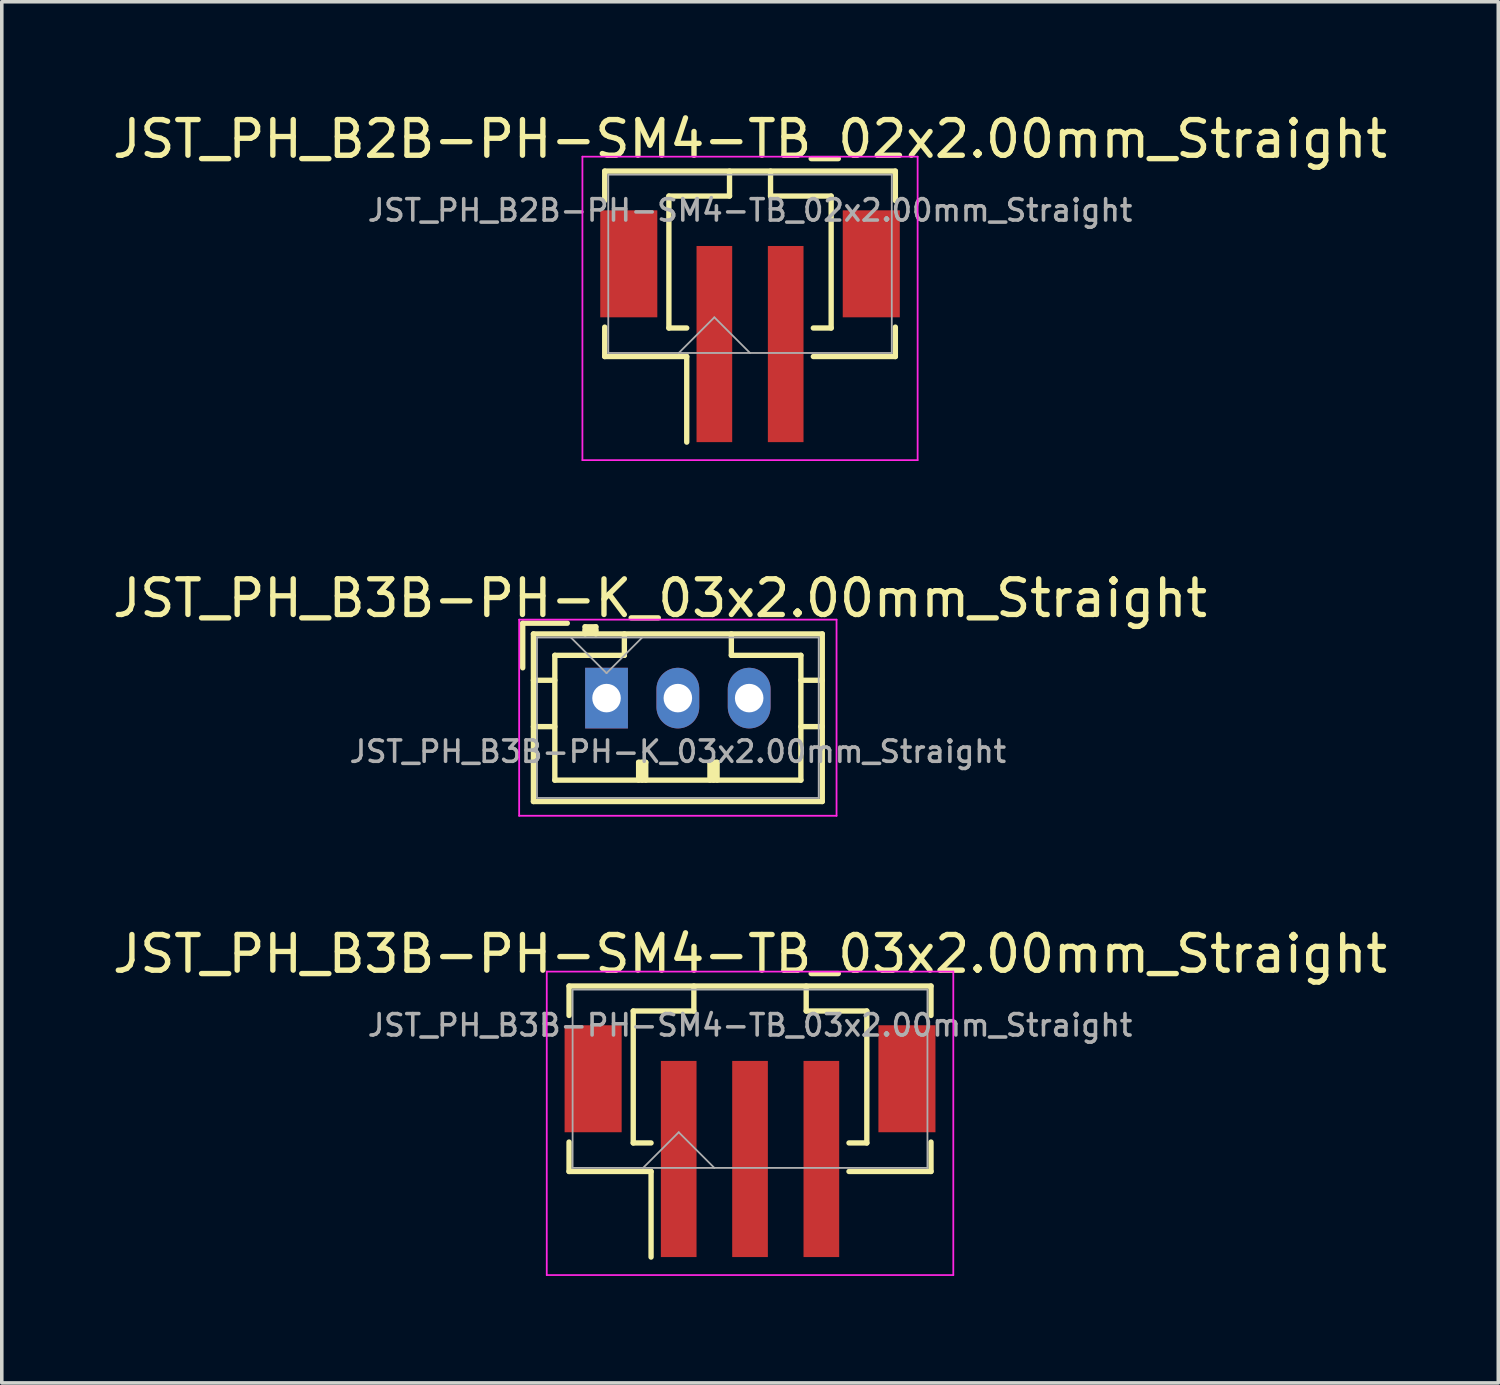
<source format=kicad_pcb>
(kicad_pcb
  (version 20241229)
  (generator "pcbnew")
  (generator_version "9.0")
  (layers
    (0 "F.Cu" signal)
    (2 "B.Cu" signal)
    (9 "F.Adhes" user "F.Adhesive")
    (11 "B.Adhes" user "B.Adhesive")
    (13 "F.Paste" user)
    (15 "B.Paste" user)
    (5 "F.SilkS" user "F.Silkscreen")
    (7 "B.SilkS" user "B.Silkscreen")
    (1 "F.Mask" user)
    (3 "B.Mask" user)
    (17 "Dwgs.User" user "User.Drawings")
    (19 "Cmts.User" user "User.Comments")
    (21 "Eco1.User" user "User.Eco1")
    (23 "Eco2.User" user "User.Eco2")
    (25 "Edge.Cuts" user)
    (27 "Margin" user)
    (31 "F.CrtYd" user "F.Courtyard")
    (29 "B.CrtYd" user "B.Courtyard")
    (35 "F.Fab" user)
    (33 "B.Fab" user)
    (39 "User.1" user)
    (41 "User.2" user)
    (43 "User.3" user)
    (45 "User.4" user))
  (footprint "JST_PH_B2B-PH-SM4-TB_02x2.00mm_Straight"
    (layer "F.Cu")
    (at 17.982 5.473)
    (property "Reference" "JST_PH_B2B-PH-SM4-TB_02x2.00mm_Straight" (at 0 -2.625 0) (layer "F.Fab") (effects (font (size 0.6 0.6) (thickness 0.1))))
    (attr smd)
    (fp_line (start -4.075 -3.725) (end 4.075 -3.725) (stroke (width 0.15) (type solid)) (layer "F.SilkS"))
    (fp_line (start -4.075 -2.9) (end -4.075 -3.725) (stroke (width 0.15) (type solid)) (layer "F.SilkS"))
    (fp_line (start -4.075 0.65) (end -4.075 1.475) (stroke (width 0.15) (type solid)) (layer "F.SilkS"))
    (fp_line (start -4.075 1.475) (end -1.775 1.475) (stroke (width 0.15) (type solid)) (layer "F.SilkS"))
    (fp_line (start -2.275 -3.025) (end -2.275 0.675) (stroke (width 0.15) (type solid)) (layer "F.SilkS"))
    (fp_line (start -2.275 0.675) (end -1.775 0.675) (stroke (width 0.15) (type solid)) (layer "F.SilkS"))
    (fp_line (start -1.775 1.475) (end -1.775 3.875) (stroke (width 0.15) (type solid)) (layer "F.SilkS"))
    (fp_line (start -0.575 -3.725) (end -0.575 -3.025) (stroke (width 0.15) (type solid)) (layer "F.SilkS"))
    (fp_line (start -0.575 -3.025) (end -2.275 -3.025) (stroke (width 0.15) (type solid)) (layer "F.SilkS"))
    (fp_line (start 0.575 -3.725) (end 0.575 -3.025) (stroke (width 0.15) (type solid)) (layer "F.SilkS"))
    (fp_line (start 0.575 -3.025) (end 2.275 -3.025) (stroke (width 0.15) (type solid)) (layer "F.SilkS"))
    (fp_line (start 2.275 -3.025) (end 2.275 0.675) (stroke (width 0.15) (type solid)) (layer "F.SilkS"))
    (fp_line (start 2.275 0.675) (end 1.775 0.675) (stroke (width 0.15) (type solid)) (layer "F.SilkS"))
    (fp_line (start 4.075 -3.725) (end 4.075 -2.9) (stroke (width 0.15) (type solid)) (layer "F.SilkS"))
    (fp_line (start 4.075 0.65) (end 4.075 1.475) (stroke (width 0.15) (type solid)) (layer "F.SilkS"))
    (fp_line (start 4.075 1.475) (end 1.775 1.475) (stroke (width 0.15) (type solid)) (layer "F.SilkS"))
    (fp_line (start -4.7 -4.13) (end -4.7 4.38) (stroke (width 0.05) (type solid)) (layer "F.CrtYd"))
    (fp_line (start -4.7 4.38) (end 4.7 4.38) (stroke (width 0.05) (type solid)) (layer "F.CrtYd"))
    (fp_line (start 4.7 -4.13) (end -4.7 -4.13) (stroke (width 0.05) (type solid)) (layer "F.CrtYd"))
    (fp_line (start 4.7 4.38) (end 4.7 -4.13) (stroke (width 0.05) (type solid)) (layer "F.CrtYd"))
    (fp_line (start -3.975 -3.625) (end -3.975 1.375) (stroke (width 0.05) (type solid)) (layer "F.Fab"))
    (fp_line (start -3.975 1.375) (end 3.975 1.375) (stroke (width 0.05) (type solid)) (layer "F.Fab"))
    (fp_line (start -2 1.375) (end -1 0.375) (stroke (width 0.05) (type solid)) (layer "F.Fab"))
    (fp_line (start -1 0.375) (end 0 1.375) (stroke (width 0.05) (type solid)) (layer "F.Fab"))
    (fp_line (start 3.975 -3.625) (end -3.975 -3.625) (stroke (width 0.05) (type solid)) (layer "F.Fab"))
    (fp_line (start 3.975 1.375) (end 3.975 -3.625) (stroke (width 0.05) (type solid)) (layer "F.Fab"))
    (fp_text user "${REFERENCE}" (at 0 -4.625 0) (layer "F.SilkS") (effects (font (size 1 1) (thickness 0.15))))
    (pad "" smd rect (at -3.4 -1.125) (size 1.6 3) (layers "F.Cu" "F.Mask" "F.Paste"))
    (pad "" smd rect (at 3.4 -1.125) (size 1.6 3) (layers "F.Cu" "F.Mask" "F.Paste"))
    (pad "1" smd rect (at -1 1.125) (size 1 5.5) (layers "F.Cu" "F.Mask" "F.Paste"))
    (pad "2" smd rect (at 1 1.125) (size 1 5.5) (layers "F.Cu" "F.Mask" "F.Paste")))
  (footprint "JST_PH_B3B-PH-K_03x2.00mm_Straight"
    (layer "F.Cu")
    (at 13.958 16.526)
    (property "Reference" "JST_PH_B3B-PH-K_03x2.00mm_Straight" (at 2 1.5 0) (layer "F.Fab") (effects (font (size 0.6 0.6) (thickness 0.1))))
    (attr through_hole)
    (fp_line (start -2.35 -2.1) (end -2.35 -0.85) (stroke (width 0.15) (type solid)) (layer "F.SilkS"))
    (fp_line (start -2.05 -1.8) (end -2.05 2.9) (stroke (width 0.15) (type solid)) (layer "F.SilkS"))
    (fp_line (start -2.05 -0.5) (end -1.45 -0.5) (stroke (width 0.15) (type solid)) (layer "F.SilkS"))
    (fp_line (start -2.05 0.8) (end -1.45 0.8) (stroke (width 0.15) (type solid)) (layer "F.SilkS"))
    (fp_line (start -2.05 2.9) (end 6.05 2.9) (stroke (width 0.15) (type solid)) (layer "F.SilkS"))
    (fp_line (start -1.45 -1.2) (end -1.45 2.3) (stroke (width 0.15) (type solid)) (layer "F.SilkS"))
    (fp_line (start -1.45 2.3) (end 5.45 2.3) (stroke (width 0.15) (type solid)) (layer "F.SilkS"))
    (fp_line (start -1.1 -2.1) (end -2.35 -2.1) (stroke (width 0.15) (type solid)) (layer "F.SilkS"))
    (fp_line (start -0.6 -2) (end -0.6 -1.8) (stroke (width 0.15) (type solid)) (layer "F.SilkS"))
    (fp_line (start -0.3 -2) (end -0.6 -2) (stroke (width 0.15) (type solid)) (layer "F.SilkS"))
    (fp_line (start -0.3 -1.9) (end -0.6 -1.9) (stroke (width 0.15) (type solid)) (layer "F.SilkS"))
    (fp_line (start -0.3 -1.8) (end -0.3 -2) (stroke (width 0.15) (type solid)) (layer "F.SilkS"))
    (fp_line (start 0.5 -1.8) (end 0.5 -1.2) (stroke (width 0.15) (type solid)) (layer "F.SilkS"))
    (fp_line (start 0.5 -1.2) (end -1.45 -1.2) (stroke (width 0.15) (type solid)) (layer "F.SilkS"))
    (fp_line (start 0.9 1.8) (end 1.1 1.8) (stroke (width 0.15) (type solid)) (layer "F.SilkS"))
    (fp_line (start 0.9 2.3) (end 0.9 1.8) (stroke (width 0.15) (type solid)) (layer "F.SilkS"))
    (fp_line (start 1 2.3) (end 1 1.8) (stroke (width 0.15) (type solid)) (layer "F.SilkS"))
    (fp_line (start 1.1 1.8) (end 1.1 2.3) (stroke (width 0.15) (type solid)) (layer "F.SilkS"))
    (fp_line (start 2.9 1.8) (end 3.1 1.8) (stroke (width 0.15) (type solid)) (layer "F.SilkS"))
    (fp_line (start 2.9 2.3) (end 2.9 1.8) (stroke (width 0.15) (type solid)) (layer "F.SilkS"))
    (fp_line (start 3 2.3) (end 3 1.8) (stroke (width 0.15) (type solid)) (layer "F.SilkS"))
    (fp_line (start 3.1 1.8) (end 3.1 2.3) (stroke (width 0.15) (type solid)) (layer "F.SilkS"))
    (fp_line (start 3.5 -1.2) (end 3.5 -1.8) (stroke (width 0.15) (type solid)) (layer "F.SilkS"))
    (fp_line (start 5.45 -1.2) (end 3.5 -1.2) (stroke (width 0.15) (type solid)) (layer "F.SilkS"))
    (fp_line (start 5.45 2.3) (end 5.45 -1.2) (stroke (width 0.15) (type solid)) (layer "F.SilkS"))
    (fp_line (start 6.05 -1.8) (end -2.05 -1.8) (stroke (width 0.15) (type solid)) (layer "F.SilkS"))
    (fp_line (start 6.05 -0.5) (end 5.45 -0.5) (stroke (width 0.15) (type solid)) (layer "F.SilkS"))
    (fp_line (start 6.05 0.8) (end 5.45 0.8) (stroke (width 0.15) (type solid)) (layer "F.SilkS"))
    (fp_line (start 6.05 2.9) (end 6.05 -1.8) (stroke (width 0.15) (type solid)) (layer "F.SilkS"))
    (fp_line (start -2.45 -2.2) (end -2.45 3.3) (stroke (width 0.05) (type solid)) (layer "F.CrtYd"))
    (fp_line (start -2.45 3.3) (end 6.45 3.3) (stroke (width 0.05) (type solid)) (layer "F.CrtYd"))
    (fp_line (start 6.45 -2.2) (end -2.45 -2.2) (stroke (width 0.05) (type solid)) (layer "F.CrtYd"))
    (fp_line (start 6.45 3.3) (end 6.45 -2.2) (stroke (width 0.05) (type solid)) (layer "F.CrtYd"))
    (fp_line (start -1.95 -1.7) (end -1.95 2.8) (stroke (width 0.05) (type solid)) (layer "F.Fab"))
    (fp_line (start -1.95 2.8) (end 5.95 2.8) (stroke (width 0.05) (type solid)) (layer "F.Fab"))
    (fp_line (start -1 -1.7) (end 0 -0.7) (stroke (width 0.05) (type solid)) (layer "F.Fab"))
    (fp_line (start 0 -0.7) (end 1 -1.7) (stroke (width 0.05) (type solid)) (layer "F.Fab"))
    (fp_line (start 5.95 -1.7) (end -1.95 -1.7) (stroke (width 0.05) (type solid)) (layer "F.Fab"))
    (fp_line (start 5.95 2.8) (end 5.95 -1.7) (stroke (width 0.05) (type solid)) (layer "F.Fab"))
    (fp_text user "${REFERENCE}" (at 1.5 -2.8 0) (layer "F.SilkS") (effects (font (size 1 1) (thickness 0.15))))
    (pad "1" thru_hole rect (at 0 0) (size 1.2 1.7) (drill 0.8) (layers "*.Cu" "*.Mask"))
    (pad "2" thru_hole oval (at 2 0) (size 1.2 1.7) (drill 0.8) (layers "*.Cu" "*.Mask"))
    (pad "3" thru_hole oval (at 4 0) (size 1.2 1.7) (drill 0.8) (layers "*.Cu" "*.Mask")))
  (footprint "JST_PH_B3B-PH-SM4-TB_03x2.00mm_Straight"
    (layer "F.Cu")
    (at 17.982 28.325)
    (property "Reference" "JST_PH_B3B-PH-SM4-TB_03x2.00mm_Straight" (at 0 -2.625 0) (layer "F.Fab") (effects (font (size 0.6 0.6) (thickness 0.1))))
    (attr smd)
    (fp_line (start -5.075 -3.725) (end 5.075 -3.725) (stroke (width 0.15) (type solid)) (layer "F.SilkS"))
    (fp_line (start -5.075 -2.9) (end -5.075 -3.725) (stroke (width 0.15) (type solid)) (layer "F.SilkS"))
    (fp_line (start -5.075 0.65) (end -5.075 1.475) (stroke (width 0.15) (type solid)) (layer "F.SilkS"))
    (fp_line (start -5.075 1.475) (end -2.775 1.475) (stroke (width 0.15) (type solid)) (layer "F.SilkS"))
    (fp_line (start -3.275 -3.025) (end -3.275 0.675) (stroke (width 0.15) (type solid)) (layer "F.SilkS"))
    (fp_line (start -3.275 0.675) (end -2.775 0.675) (stroke (width 0.15) (type solid)) (layer "F.SilkS"))
    (fp_line (start -2.775 1.475) (end -2.775 3.875) (stroke (width 0.15) (type solid)) (layer "F.SilkS"))
    (fp_line (start -1.575 -3.725) (end -1.575 -3.025) (stroke (width 0.15) (type solid)) (layer "F.SilkS"))
    (fp_line (start -1.575 -3.025) (end -3.275 -3.025) (stroke (width 0.15) (type solid)) (layer "F.SilkS"))
    (fp_line (start 1.575 -3.725) (end 1.575 -3.025) (stroke (width 0.15) (type solid)) (layer "F.SilkS"))
    (fp_line (start 1.575 -3.025) (end 3.275 -3.025) (stroke (width 0.15) (type solid)) (layer "F.SilkS"))
    (fp_line (start 3.275 -3.025) (end 3.275 0.675) (stroke (width 0.15) (type solid)) (layer "F.SilkS"))
    (fp_line (start 3.275 0.675) (end 2.775 0.675) (stroke (width 0.15) (type solid)) (layer "F.SilkS"))
    (fp_line (start 5.075 -3.725) (end 5.075 -2.9) (stroke (width 0.15) (type solid)) (layer "F.SilkS"))
    (fp_line (start 5.075 0.65) (end 5.075 1.475) (stroke (width 0.15) (type solid)) (layer "F.SilkS"))
    (fp_line (start 5.075 1.475) (end 2.775 1.475) (stroke (width 0.15) (type solid)) (layer "F.SilkS"))
    (fp_line (start -5.7 -4.13) (end -5.7 4.38) (stroke (width 0.05) (type solid)) (layer "F.CrtYd"))
    (fp_line (start -5.7 4.38) (end 5.7 4.38) (stroke (width 0.05) (type solid)) (layer "F.CrtYd"))
    (fp_line (start 5.7 -4.13) (end -5.7 -4.13) (stroke (width 0.05) (type solid)) (layer "F.CrtYd"))
    (fp_line (start 5.7 4.38) (end 5.7 -4.13) (stroke (width 0.05) (type solid)) (layer "F.CrtYd"))
    (fp_line (start -4.975 -3.625) (end -4.975 1.375) (stroke (width 0.05) (type solid)) (layer "F.Fab"))
    (fp_line (start -4.975 1.375) (end 4.975 1.375) (stroke (width 0.05) (type solid)) (layer "F.Fab"))
    (fp_line (start -3 1.375) (end -2 0.375) (stroke (width 0.05) (type solid)) (layer "F.Fab"))
    (fp_line (start -2 0.375) (end -1 1.375) (stroke (width 0.05) (type solid)) (layer "F.Fab"))
    (fp_line (start 4.975 -3.625) (end -4.975 -3.625) (stroke (width 0.05) (type solid)) (layer "F.Fab"))
    (fp_line (start 4.975 1.375) (end 4.975 -3.625) (stroke (width 0.05) (type solid)) (layer "F.Fab"))
    (fp_text user "${REFERENCE}" (at 0 -4.625 0) (layer "F.SilkS") (effects (font (size 1 1) (thickness 0.15))))
    (pad "" smd rect (at -4.4 -1.125) (size 1.6 3) (layers "F.Cu" "F.Mask" "F.Paste"))
    (pad "" smd rect (at 4.4 -1.125) (size 1.6 3) (layers "F.Cu" "F.Mask" "F.Paste"))
    (pad "1" smd rect (at -2 1.125) (size 1 5.5) (layers "F.Cu" "F.Mask" "F.Paste"))
    (pad "2" smd rect (at 0 1.125) (size 1 5.5) (layers "F.Cu" "F.Mask" "F.Paste"))
    (pad "3" smd rect (at 2 1.125) (size 1 5.5) (layers "F.Cu" "F.Mask" "F.Paste")))
  (gr_rect
    (start -3 -3)
    (end 38.964 35.73)
    (stroke (width 0.1) (type default))
    (fill no)
    (layer "Edge.Cuts")))
</source>
